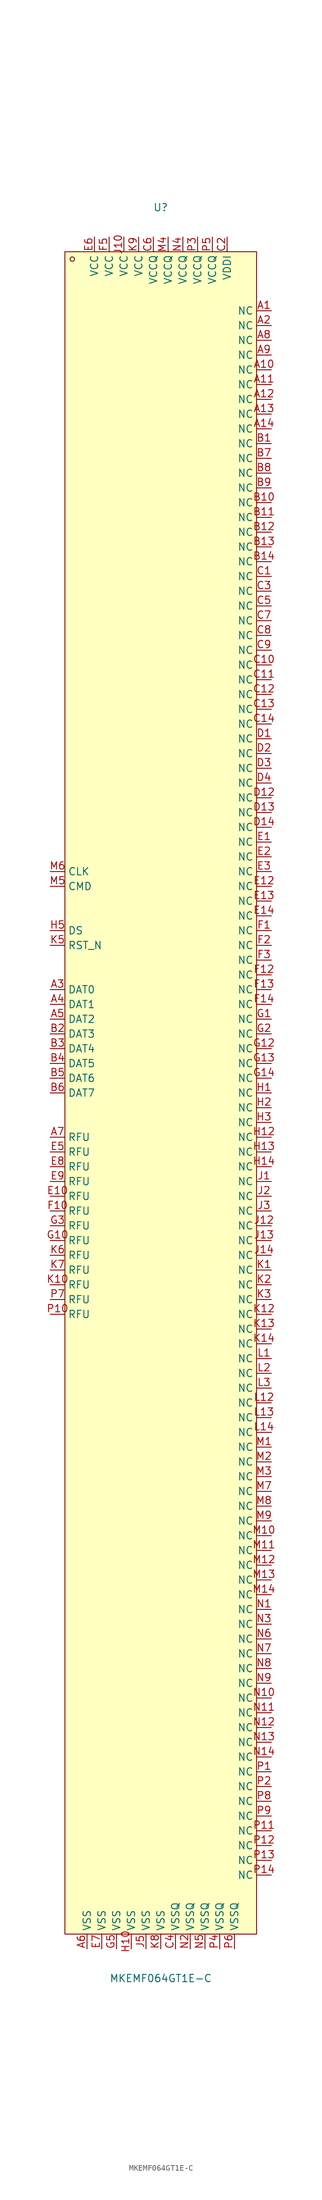
<source format=kicad_sym>
(kicad_symbol_lib
  (version 20211014)
  (generator https://github.com/uPesy/easyeda2kicad.py)
  (symbol "MKEMF064GT1E-C"
    (property "Reference" "U"
      (at 0 152.40 0)
      (effects (font (size 1.27 1.27))))
    (property "Value" "MKEMF064GT1E-C"
      (at 0 -152.40 0)
      (effects (font (size 1.27 1.27))))
    (symbol "MKEMF064GT1E-C_0_1"
      (rectangle (start -16.51 144.78) (end 16.51 -144.78) (stroke (width 0) (type default) (color 0 0 0 0)) (fill (type background)))
      (circle (center -15.24 143.51) (radius 0.38) (stroke (width 0) (type default) (color 0 0 0 0)) (fill (type none)))
      (pin unspecified line (at -19.05 38.10 0) (length 2.54) (name "CLK" (effects (font (size 1.27 1.27)))) (number "M6" (effects (font (size 1.27 1.27)))))
      (pin unspecified line (at -19.05 35.56 0) (length 2.54) (name "CMD" (effects (font (size 1.27 1.27)))) (number "M5" (effects (font (size 1.27 1.27)))))
      (pin unspecified line (at -19.05 27.94 0) (length 2.54) (name "DS" (effects (font (size 1.27 1.27)))) (number "H5" (effects (font (size 1.27 1.27)))))
      (pin unspecified line (at -19.05 25.40 0) (length 2.54) (name "RST_N" (effects (font (size 1.27 1.27)))) (number "K5" (effects (font (size 1.27 1.27)))))
      (pin unspecified line (at -19.05 17.78 0) (length 2.54) (name "DAT0" (effects (font (size 1.27 1.27)))) (number "A3" (effects (font (size 1.27 1.27)))))
      (pin unspecified line (at -19.05 15.24 0) (length 2.54) (name "DAT1" (effects (font (size 1.27 1.27)))) (number "A4" (effects (font (size 1.27 1.27)))))
      (pin unspecified line (at -19.05 12.70 0) (length 2.54) (name "DAT2" (effects (font (size 1.27 1.27)))) (number "A5" (effects (font (size 1.27 1.27)))))
      (pin unspecified line (at -19.05 10.16 0) (length 2.54) (name "DAT3" (effects (font (size 1.27 1.27)))) (number "B2" (effects (font (size 1.27 1.27)))))
      (pin unspecified line (at -19.05 7.62 0) (length 2.54) (name "DAT4" (effects (font (size 1.27 1.27)))) (number "B3" (effects (font (size 1.27 1.27)))))
      (pin unspecified line (at -19.05 5.08 0) (length 2.54) (name "DAT5" (effects (font (size 1.27 1.27)))) (number "B4" (effects (font (size 1.27 1.27)))))
      (pin unspecified line (at -19.05 2.54 0) (length 2.54) (name "DAT6" (effects (font (size 1.27 1.27)))) (number "B5" (effects (font (size 1.27 1.27)))))
      (pin unspecified line (at -19.05 -0.00 0) (length 2.54) (name "DAT7" (effects (font (size 1.27 1.27)))) (number "B6" (effects (font (size 1.27 1.27)))))
      (pin unspecified line (at -19.05 -7.62 0) (length 2.54) (name "RFU" (effects (font (size 1.27 1.27)))) (number "A7" (effects (font (size 1.27 1.27)))))
      (pin unspecified line (at -19.05 -10.16 0) (length 2.54) (name "RFU" (effects (font (size 1.27 1.27)))) (number "E5" (effects (font (size 1.27 1.27)))))
      (pin unspecified line (at -19.05 -12.70 0) (length 2.54) (name "RFU" (effects (font (size 1.27 1.27)))) (number "E8" (effects (font (size 1.27 1.27)))))
      (pin unspecified line (at -19.05 -15.24 0) (length 2.54) (name "RFU" (effects (font (size 1.27 1.27)))) (number "E9" (effects (font (size 1.27 1.27)))))
      (pin unspecified line (at -19.05 -17.78 0) (length 2.54) (name "RFU" (effects (font (size 1.27 1.27)))) (number "E10" (effects (font (size 1.27 1.27)))))
      (pin unspecified line (at -19.05 -20.32 0) (length 2.54) (name "RFU" (effects (font (size 1.27 1.27)))) (number "F10" (effects (font (size 1.27 1.27)))))
      (pin unspecified line (at -19.05 -22.86 0) (length 2.54) (name "RFU" (effects (font (size 1.27 1.27)))) (number "G3" (effects (font (size 1.27 1.27)))))
      (pin unspecified line (at -19.05 -25.40 0) (length 2.54) (name "RFU" (effects (font (size 1.27 1.27)))) (number "G10" (effects (font (size 1.27 1.27)))))
      (pin unspecified line (at -19.05 -27.94 0) (length 2.54) (name "RFU" (effects (font (size 1.27 1.27)))) (number "K6" (effects (font (size 1.27 1.27)))))
      (pin unspecified line (at -19.05 -30.48 0) (length 2.54) (name "RFU" (effects (font (size 1.27 1.27)))) (number "K7" (effects (font (size 1.27 1.27)))))
      (pin unspecified line (at -19.05 -33.02 0) (length 2.54) (name "RFU" (effects (font (size 1.27 1.27)))) (number "K10" (effects (font (size 1.27 1.27)))))
      (pin unspecified line (at -19.05 -35.56 0) (length 2.54) (name "RFU" (effects (font (size 1.27 1.27)))) (number "P7" (effects (font (size 1.27 1.27)))))
      (pin unspecified line (at -19.05 -38.10 0) (length 2.54) (name "RFU" (effects (font (size 1.27 1.27)))) (number "P10" (effects (font (size 1.27 1.27)))))
      (pin unspecified line (at 19.05 -134.62 180) (length 2.54) (name "NC" (effects (font (size 1.27 1.27)))) (number "P14" (effects (font (size 1.27 1.27)))))
      (pin unspecified line (at 19.05 -132.08 180) (length 2.54) (name "NC" (effects (font (size 1.27 1.27)))) (number "P13" (effects (font (size 1.27 1.27)))))
      (pin unspecified line (at 19.05 -129.54 180) (length 2.54) (name "NC" (effects (font (size 1.27 1.27)))) (number "P12" (effects (font (size 1.27 1.27)))))
      (pin unspecified line (at 19.05 -127.00 180) (length 2.54) (name "NC" (effects (font (size 1.27 1.27)))) (number "P11" (effects (font (size 1.27 1.27)))))
      (pin unspecified line (at 19.05 -124.46 180) (length 2.54) (name "NC" (effects (font (size 1.27 1.27)))) (number "P9" (effects (font (size 1.27 1.27)))))
      (pin unspecified line (at 19.05 -121.92 180) (length 2.54) (name "NC" (effects (font (size 1.27 1.27)))) (number "P8" (effects (font (size 1.27 1.27)))))
      (pin unspecified line (at 19.05 -119.38 180) (length 2.54) (name "NC" (effects (font (size 1.27 1.27)))) (number "P2" (effects (font (size 1.27 1.27)))))
      (pin unspecified line (at 19.05 -116.84 180) (length 2.54) (name "NC" (effects (font (size 1.27 1.27)))) (number "P1" (effects (font (size 1.27 1.27)))))
      (pin unspecified line (at 19.05 -114.30 180) (length 2.54) (name "NC" (effects (font (size 1.27 1.27)))) (number "N14" (effects (font (size 1.27 1.27)))))
      (pin unspecified line (at 19.05 -111.76 180) (length 2.54) (name "NC" (effects (font (size 1.27 1.27)))) (number "N13" (effects (font (size 1.27 1.27)))))
      (pin unspecified line (at 19.05 -109.22 180) (length 2.54) (name "NC" (effects (font (size 1.27 1.27)))) (number "N12" (effects (font (size 1.27 1.27)))))
      (pin unspecified line (at 19.05 -106.68 180) (length 2.54) (name "NC" (effects (font (size 1.27 1.27)))) (number "N11" (effects (font (size 1.27 1.27)))))
      (pin unspecified line (at 19.05 -104.14 180) (length 2.54) (name "NC" (effects (font (size 1.27 1.27)))) (number "N10" (effects (font (size 1.27 1.27)))))
      (pin unspecified line (at 19.05 -101.60 180) (length 2.54) (name "NC" (effects (font (size 1.27 1.27)))) (number "N9" (effects (font (size 1.27 1.27)))))
      (pin unspecified line (at 19.05 -99.06 180) (length 2.54) (name "NC" (effects (font (size 1.27 1.27)))) (number "N8" (effects (font (size 1.27 1.27)))))
      (pin unspecified line (at 19.05 -96.52 180) (length 2.54) (name "NC" (effects (font (size 1.27 1.27)))) (number "N7" (effects (font (size 1.27 1.27)))))
      (pin unspecified line (at 19.05 -93.98 180) (length 2.54) (name "NC" (effects (font (size 1.27 1.27)))) (number "N6" (effects (font (size 1.27 1.27)))))
      (pin unspecified line (at 19.05 -91.44 180) (length 2.54) (name "NC" (effects (font (size 1.27 1.27)))) (number "N3" (effects (font (size 1.27 1.27)))))
      (pin unspecified line (at 19.05 -88.90 180) (length 2.54) (name "NC" (effects (font (size 1.27 1.27)))) (number "N1" (effects (font (size 1.27 1.27)))))
      (pin unspecified line (at 19.05 -86.36 180) (length 2.54) (name "NC" (effects (font (size 1.27 1.27)))) (number "M14" (effects (font (size 1.27 1.27)))))
      (pin unspecified line (at 19.05 -83.82 180) (length 2.54) (name "NC" (effects (font (size 1.27 1.27)))) (number "M13" (effects (font (size 1.27 1.27)))))
      (pin unspecified line (at 19.05 -81.28 180) (length 2.54) (name "NC" (effects (font (size 1.27 1.27)))) (number "M12" (effects (font (size 1.27 1.27)))))
      (pin unspecified line (at 19.05 -78.74 180) (length 2.54) (name "NC" (effects (font (size 1.27 1.27)))) (number "M11" (effects (font (size 1.27 1.27)))))
      (pin unspecified line (at 19.05 -76.20 180) (length 2.54) (name "NC" (effects (font (size 1.27 1.27)))) (number "M10" (effects (font (size 1.27 1.27)))))
      (pin unspecified line (at 19.05 -73.66 180) (length 2.54) (name "NC" (effects (font (size 1.27 1.27)))) (number "M9" (effects (font (size 1.27 1.27)))))
      (pin unspecified line (at 19.05 -71.12 180) (length 2.54) (name "NC" (effects (font (size 1.27 1.27)))) (number "M8" (effects (font (size 1.27 1.27)))))
      (pin unspecified line (at 19.05 -68.58 180) (length 2.54) (name "NC" (effects (font (size 1.27 1.27)))) (number "M7" (effects (font (size 1.27 1.27)))))
      (pin unspecified line (at 19.05 -66.04 180) (length 2.54) (name "NC" (effects (font (size 1.27 1.27)))) (number "M3" (effects (font (size 1.27 1.27)))))
      (pin unspecified line (at 19.05 -63.50 180) (length 2.54) (name "NC" (effects (font (size 1.27 1.27)))) (number "M2" (effects (font (size 1.27 1.27)))))
      (pin unspecified line (at 19.05 -60.96 180) (length 2.54) (name "NC" (effects (font (size 1.27 1.27)))) (number "M1" (effects (font (size 1.27 1.27)))))
      (pin unspecified line (at 19.05 -58.42 180) (length 2.54) (name "NC" (effects (font (size 1.27 1.27)))) (number "L14" (effects (font (size 1.27 1.27)))))
      (pin unspecified line (at 19.05 -55.88 180) (length 2.54) (name "NC" (effects (font (size 1.27 1.27)))) (number "L13" (effects (font (size 1.27 1.27)))))
      (pin unspecified line (at 19.05 -53.34 180) (length 2.54) (name "NC" (effects (font (size 1.27 1.27)))) (number "L12" (effects (font (size 1.27 1.27)))))
      (pin unspecified line (at 19.05 -50.80 180) (length 2.54) (name "NC" (effects (font (size 1.27 1.27)))) (number "L3" (effects (font (size 1.27 1.27)))))
      (pin unspecified line (at 19.05 -48.26 180) (length 2.54) (name "NC" (effects (font (size 1.27 1.27)))) (number "L2" (effects (font (size 1.27 1.27)))))
      (pin unspecified line (at 19.05 -45.72 180) (length 2.54) (name "NC" (effects (font (size 1.27 1.27)))) (number "L1" (effects (font (size 1.27 1.27)))))
      (pin unspecified line (at 19.05 -43.18 180) (length 2.54) (name "NC" (effects (font (size 1.27 1.27)))) (number "K14" (effects (font (size 1.27 1.27)))))
      (pin unspecified line (at 19.05 -40.64 180) (length 2.54) (name "NC" (effects (font (size 1.27 1.27)))) (number "K13" (effects (font (size 1.27 1.27)))))
      (pin unspecified line (at 19.05 -38.10 180) (length 2.54) (name "NC" (effects (font (size 1.27 1.27)))) (number "K12" (effects (font (size 1.27 1.27)))))
      (pin unspecified line (at 19.05 -35.56 180) (length 2.54) (name "NC" (effects (font (size 1.27 1.27)))) (number "K3" (effects (font (size 1.27 1.27)))))
      (pin unspecified line (at 19.05 -33.02 180) (length 2.54) (name "NC" (effects (font (size 1.27 1.27)))) (number "K2" (effects (font (size 1.27 1.27)))))
      (pin unspecified line (at 19.05 -30.48 180) (length 2.54) (name "NC" (effects (font (size 1.27 1.27)))) (number "K1" (effects (font (size 1.27 1.27)))))
      (pin unspecified line (at 19.05 -27.94 180) (length 2.54) (name "NC" (effects (font (size 1.27 1.27)))) (number "J14" (effects (font (size 1.27 1.27)))))
      (pin unspecified line (at 19.05 -25.40 180) (length 2.54) (name "NC" (effects (font (size 1.27 1.27)))) (number "J13" (effects (font (size 1.27 1.27)))))
      (pin unspecified line (at 19.05 -22.86 180) (length 2.54) (name "NC" (effects (font (size 1.27 1.27)))) (number "J12" (effects (font (size 1.27 1.27)))))
      (pin unspecified line (at 19.05 -20.32 180) (length 2.54) (name "NC" (effects (font (size 1.27 1.27)))) (number "J3" (effects (font (size 1.27 1.27)))))
      (pin unspecified line (at 19.05 -17.78 180) (length 2.54) (name "NC" (effects (font (size 1.27 1.27)))) (number "J2" (effects (font (size 1.27 1.27)))))
      (pin unspecified line (at 19.05 -15.24 180) (length 2.54) (name "NC" (effects (font (size 1.27 1.27)))) (number "J1" (effects (font (size 1.27 1.27)))))
      (pin unspecified line (at 19.05 -12.70 180) (length 2.54) (name "NC" (effects (font (size 1.27 1.27)))) (number "H14" (effects (font (size 1.27 1.27)))))
      (pin unspecified line (at 19.05 -10.16 180) (length 2.54) (name "NC" (effects (font (size 1.27 1.27)))) (number "H13" (effects (font (size 1.27 1.27)))))
      (pin unspecified line (at 19.05 -7.62 180) (length 2.54) (name "NC" (effects (font (size 1.27 1.27)))) (number "H12" (effects (font (size 1.27 1.27)))))
      (pin unspecified line (at 19.05 -5.08 180) (length 2.54) (name "NC" (effects (font (size 1.27 1.27)))) (number "H3" (effects (font (size 1.27 1.27)))))
      (pin unspecified line (at 19.05 -2.54 180) (length 2.54) (name "NC" (effects (font (size 1.27 1.27)))) (number "H2" (effects (font (size 1.27 1.27)))))
      (pin unspecified line (at 19.05 -0.00 180) (length 2.54) (name "NC" (effects (font (size 1.27 1.27)))) (number "H1" (effects (font (size 1.27 1.27)))))
      (pin unspecified line (at 19.05 2.54 180) (length 2.54) (name "NC" (effects (font (size 1.27 1.27)))) (number "G14" (effects (font (size 1.27 1.27)))))
      (pin unspecified line (at 19.05 5.08 180) (length 2.54) (name "NC" (effects (font (size 1.27 1.27)))) (number "G13" (effects (font (size 1.27 1.27)))))
      (pin unspecified line (at 19.05 7.62 180) (length 2.54) (name "NC" (effects (font (size 1.27 1.27)))) (number "G12" (effects (font (size 1.27 1.27)))))
      (pin unspecified line (at 19.05 10.16 180) (length 2.54) (name "NC" (effects (font (size 1.27 1.27)))) (number "G2" (effects (font (size 1.27 1.27)))))
      (pin unspecified line (at 19.05 12.70 180) (length 2.54) (name "NC" (effects (font (size 1.27 1.27)))) (number "G1" (effects (font (size 1.27 1.27)))))
      (pin unspecified line (at 19.05 15.24 180) (length 2.54) (name "NC" (effects (font (size 1.27 1.27)))) (number "F14" (effects (font (size 1.27 1.27)))))
      (pin unspecified line (at 19.05 17.78 180) (length 2.54) (name "NC" (effects (font (size 1.27 1.27)))) (number "F13" (effects (font (size 1.27 1.27)))))
      (pin unspecified line (at 19.05 20.32 180) (length 2.54) (name "NC" (effects (font (size 1.27 1.27)))) (number "F12" (effects (font (size 1.27 1.27)))))
      (pin unspecified line (at 19.05 22.86 180) (length 2.54) (name "NC" (effects (font (size 1.27 1.27)))) (number "F3" (effects (font (size 1.27 1.27)))))
      (pin unspecified line (at 19.05 25.40 180) (length 2.54) (name "NC" (effects (font (size 1.27 1.27)))) (number "F2" (effects (font (size 1.27 1.27)))))
      (pin unspecified line (at 19.05 27.94 180) (length 2.54) (name "NC" (effects (font (size 1.27 1.27)))) (number "F1" (effects (font (size 1.27 1.27)))))
      (pin unspecified line (at 19.05 30.48 180) (length 2.54) (name "NC" (effects (font (size 1.27 1.27)))) (number "E14" (effects (font (size 1.27 1.27)))))
      (pin unspecified line (at 19.05 33.02 180) (length 2.54) (name "NC" (effects (font (size 1.27 1.27)))) (number "E13" (effects (font (size 1.27 1.27)))))
      (pin unspecified line (at 19.05 35.56 180) (length 2.54) (name "NC" (effects (font (size 1.27 1.27)))) (number "E12" (effects (font (size 1.27 1.27)))))
      (pin unspecified line (at 19.05 38.10 180) (length 2.54) (name "NC" (effects (font (size 1.27 1.27)))) (number "E3" (effects (font (size 1.27 1.27)))))
      (pin unspecified line (at 19.05 40.64 180) (length 2.54) (name "NC" (effects (font (size 1.27 1.27)))) (number "E2" (effects (font (size 1.27 1.27)))))
      (pin unspecified line (at 19.05 43.18 180) (length 2.54) (name "NC" (effects (font (size 1.27 1.27)))) (number "E1" (effects (font (size 1.27 1.27)))))
      (pin unspecified line (at 19.05 45.72 180) (length 2.54) (name "NC" (effects (font (size 1.27 1.27)))) (number "D14" (effects (font (size 1.27 1.27)))))
      (pin unspecified line (at 19.05 48.26 180) (length 2.54) (name "NC" (effects (font (size 1.27 1.27)))) (number "D13" (effects (font (size 1.27 1.27)))))
      (pin unspecified line (at 19.05 50.80 180) (length 2.54) (name "NC" (effects (font (size 1.27 1.27)))) (number "D12" (effects (font (size 1.27 1.27)))))
      (pin unspecified line (at 19.05 53.34 180) (length 2.54) (name "NC" (effects (font (size 1.27 1.27)))) (number "D4" (effects (font (size 1.27 1.27)))))
      (pin unspecified line (at 19.05 55.88 180) (length 2.54) (name "NC" (effects (font (size 1.27 1.27)))) (number "D3" (effects (font (size 1.27 1.27)))))
      (pin unspecified line (at 19.05 58.42 180) (length 2.54) (name "NC" (effects (font (size 1.27 1.27)))) (number "D2" (effects (font (size 1.27 1.27)))))
      (pin unspecified line (at 19.05 60.96 180) (length 2.54) (name "NC" (effects (font (size 1.27 1.27)))) (number "D1" (effects (font (size 1.27 1.27)))))
      (pin unspecified line (at 19.05 63.50 180) (length 2.54) (name "NC" (effects (font (size 1.27 1.27)))) (number "C14" (effects (font (size 1.27 1.27)))))
      (pin unspecified line (at 19.05 66.04 180) (length 2.54) (name "NC" (effects (font (size 1.27 1.27)))) (number "C13" (effects (font (size 1.27 1.27)))))
      (pin unspecified line (at 19.05 68.58 180) (length 2.54) (name "NC" (effects (font (size 1.27 1.27)))) (number "C12" (effects (font (size 1.27 1.27)))))
      (pin unspecified line (at 19.05 71.12 180) (length 2.54) (name "NC" (effects (font (size 1.27 1.27)))) (number "C11" (effects (font (size 1.27 1.27)))))
      (pin unspecified line (at 19.05 73.66 180) (length 2.54) (name "NC" (effects (font (size 1.27 1.27)))) (number "C10" (effects (font (size 1.27 1.27)))))
      (pin unspecified line (at 19.05 76.20 180) (length 2.54) (name "NC" (effects (font (size 1.27 1.27)))) (number "C9" (effects (font (size 1.27 1.27)))))
      (pin unspecified line (at 19.05 78.74 180) (length 2.54) (name "NC" (effects (font (size 1.27 1.27)))) (number "C8" (effects (font (size 1.27 1.27)))))
      (pin unspecified line (at 19.05 81.28 180) (length 2.54) (name "NC" (effects (font (size 1.27 1.27)))) (number "C7" (effects (font (size 1.27 1.27)))))
      (pin unspecified line (at 19.05 83.82 180) (length 2.54) (name "NC" (effects (font (size 1.27 1.27)))) (number "C5" (effects (font (size 1.27 1.27)))))
      (pin unspecified line (at 19.05 86.36 180) (length 2.54) (name "NC" (effects (font (size 1.27 1.27)))) (number "C3" (effects (font (size 1.27 1.27)))))
      (pin unspecified line (at 19.05 88.90 180) (length 2.54) (name "NC" (effects (font (size 1.27 1.27)))) (number "C1" (effects (font (size 1.27 1.27)))))
      (pin unspecified line (at 19.05 91.44 180) (length 2.54) (name "NC" (effects (font (size 1.27 1.27)))) (number "B14" (effects (font (size 1.27 1.27)))))
      (pin unspecified line (at 19.05 93.98 180) (length 2.54) (name "NC" (effects (font (size 1.27 1.27)))) (number "B13" (effects (font (size 1.27 1.27)))))
      (pin unspecified line (at 19.05 96.52 180) (length 2.54) (name "NC" (effects (font (size 1.27 1.27)))) (number "B12" (effects (font (size 1.27 1.27)))))
      (pin unspecified line (at 19.05 99.06 180) (length 2.54) (name "NC" (effects (font (size 1.27 1.27)))) (number "B11" (effects (font (size 1.27 1.27)))))
      (pin unspecified line (at 19.05 101.60 180) (length 2.54) (name "NC" (effects (font (size 1.27 1.27)))) (number "B10" (effects (font (size 1.27 1.27)))))
      (pin unspecified line (at 19.05 104.14 180) (length 2.54) (name "NC" (effects (font (size 1.27 1.27)))) (number "B9" (effects (font (size 1.27 1.27)))))
      (pin unspecified line (at 19.05 106.68 180) (length 2.54) (name "NC" (effects (font (size 1.27 1.27)))) (number "B8" (effects (font (size 1.27 1.27)))))
      (pin unspecified line (at 19.05 109.22 180) (length 2.54) (name "NC" (effects (font (size 1.27 1.27)))) (number "B7" (effects (font (size 1.27 1.27)))))
      (pin unspecified line (at 19.05 111.76 180) (length 2.54) (name "NC" (effects (font (size 1.27 1.27)))) (number "B1" (effects (font (size 1.27 1.27)))))
      (pin unspecified line (at 19.05 114.30 180) (length 2.54) (name "NC" (effects (font (size 1.27 1.27)))) (number "A14" (effects (font (size 1.27 1.27)))))
      (pin unspecified line (at 19.05 116.84 180) (length 2.54) (name "NC" (effects (font (size 1.27 1.27)))) (number "A13" (effects (font (size 1.27 1.27)))))
      (pin unspecified line (at 19.05 119.38 180) (length 2.54) (name "NC" (effects (font (size 1.27 1.27)))) (number "A12" (effects (font (size 1.27 1.27)))))
      (pin unspecified line (at 19.05 121.92 180) (length 2.54) (name "NC" (effects (font (size 1.27 1.27)))) (number "A11" (effects (font (size 1.27 1.27)))))
      (pin unspecified line (at 19.05 124.46 180) (length 2.54) (name "NC" (effects (font (size 1.27 1.27)))) (number "A10" (effects (font (size 1.27 1.27)))))
      (pin unspecified line (at 19.05 127.00 180) (length 2.54) (name "NC" (effects (font (size 1.27 1.27)))) (number "A9" (effects (font (size 1.27 1.27)))))
      (pin unspecified line (at 19.05 129.54 180) (length 2.54) (name "NC" (effects (font (size 1.27 1.27)))) (number "A8" (effects (font (size 1.27 1.27)))))
      (pin unspecified line (at 19.05 132.08 180) (length 2.54) (name "NC" (effects (font (size 1.27 1.27)))) (number "A2" (effects (font (size 1.27 1.27)))))
      (pin unspecified line (at 19.05 134.62 180) (length 2.54) (name "NC" (effects (font (size 1.27 1.27)))) (number "A1" (effects (font (size 1.27 1.27)))))
      (pin unspecified line (at -12.70 -147.32 90) (length 2.54) (name "VSS" (effects (font (size 1.27 1.27)))) (number "A6" (effects (font (size 1.27 1.27)))))
      (pin unspecified line (at -10.16 -147.32 90) (length 2.54) (name "VSS" (effects (font (size 1.27 1.27)))) (number "E7" (effects (font (size 1.27 1.27)))))
      (pin unspecified line (at -7.62 -147.32 90) (length 2.54) (name "VSS" (effects (font (size 1.27 1.27)))) (number "G5" (effects (font (size 1.27 1.27)))))
      (pin unspecified line (at -5.08 -147.32 90) (length 2.54) (name "VSS" (effects (font (size 1.27 1.27)))) (number "H10" (effects (font (size 1.27 1.27)))))
      (pin unspecified line (at -2.54 -147.32 90) (length 2.54) (name "VSS" (effects (font (size 1.27 1.27)))) (number "J5" (effects (font (size 1.27 1.27)))))
      (pin unspecified line (at 0.00 -147.32 90) (length 2.54) (name "VSS" (effects (font (size 1.27 1.27)))) (number "K8" (effects (font (size 1.27 1.27)))))
      (pin unspecified line (at 2.54 -147.32 90) (length 2.54) (name "VSSQ" (effects (font (size 1.27 1.27)))) (number "C4" (effects (font (size 1.27 1.27)))))
      (pin unspecified line (at 5.08 -147.32 90) (length 2.54) (name "VSSQ" (effects (font (size 1.27 1.27)))) (number "N2" (effects (font (size 1.27 1.27)))))
      (pin unspecified line (at 7.62 -147.32 90) (length 2.54) (name "VSSQ" (effects (font (size 1.27 1.27)))) (number "N5" (effects (font (size 1.27 1.27)))))
      (pin unspecified line (at 10.16 -147.32 90) (length 2.54) (name "VSSQ" (effects (font (size 1.27 1.27)))) (number "P4" (effects (font (size 1.27 1.27)))))
      (pin unspecified line (at 12.70 -147.32 90) (length 2.54) (name "VSSQ" (effects (font (size 1.27 1.27)))) (number "P6" (effects (font (size 1.27 1.27)))))
      (pin unspecified line (at 11.43 147.32 270) (length 2.54) (name "VDDI" (effects (font (size 1.27 1.27)))) (number "C2" (effects (font (size 1.27 1.27)))))
      (pin unspecified line (at 8.89 147.32 270) (length 2.54) (name "VCCQ" (effects (font (size 1.27 1.27)))) (number "P5" (effects (font (size 1.27 1.27)))))
      (pin unspecified line (at 6.35 147.32 270) (length 2.54) (name "VCCQ" (effects (font (size 1.27 1.27)))) (number "P3" (effects (font (size 1.27 1.27)))))
      (pin unspecified line (at 3.81 147.32 270) (length 2.54) (name "VCCQ" (effects (font (size 1.27 1.27)))) (number "N4" (effects (font (size 1.27 1.27)))))
      (pin unspecified line (at 1.27 147.32 270) (length 2.54) (name "VCCQ" (effects (font (size 1.27 1.27)))) (number "M4" (effects (font (size 1.27 1.27)))))
      (pin unspecified line (at -1.27 147.32 270) (length 2.54) (name "VCCQ" (effects (font (size 1.27 1.27)))) (number "C6" (effects (font (size 1.27 1.27)))))
      (pin unspecified line (at -3.81 147.32 270) (length 2.54) (name "VCC" (effects (font (size 1.27 1.27)))) (number "K9" (effects (font (size 1.27 1.27)))))
      (pin unspecified line (at -6.35 147.32 270) (length 2.54) (name "VCC" (effects (font (size 1.27 1.27)))) (number "J10" (effects (font (size 1.27 1.27)))))
      (pin unspecified line (at -8.89 147.32 270) (length 2.54) (name "VCC" (effects (font (size 1.27 1.27)))) (number "F5" (effects (font (size 1.27 1.27)))))
      (pin unspecified line (at -11.43 147.32 270) (length 2.54) (name "VCC" (effects (font (size 1.27 1.27)))) (number "E6" (effects (font (size 1.27 1.27))))))))
</source>
